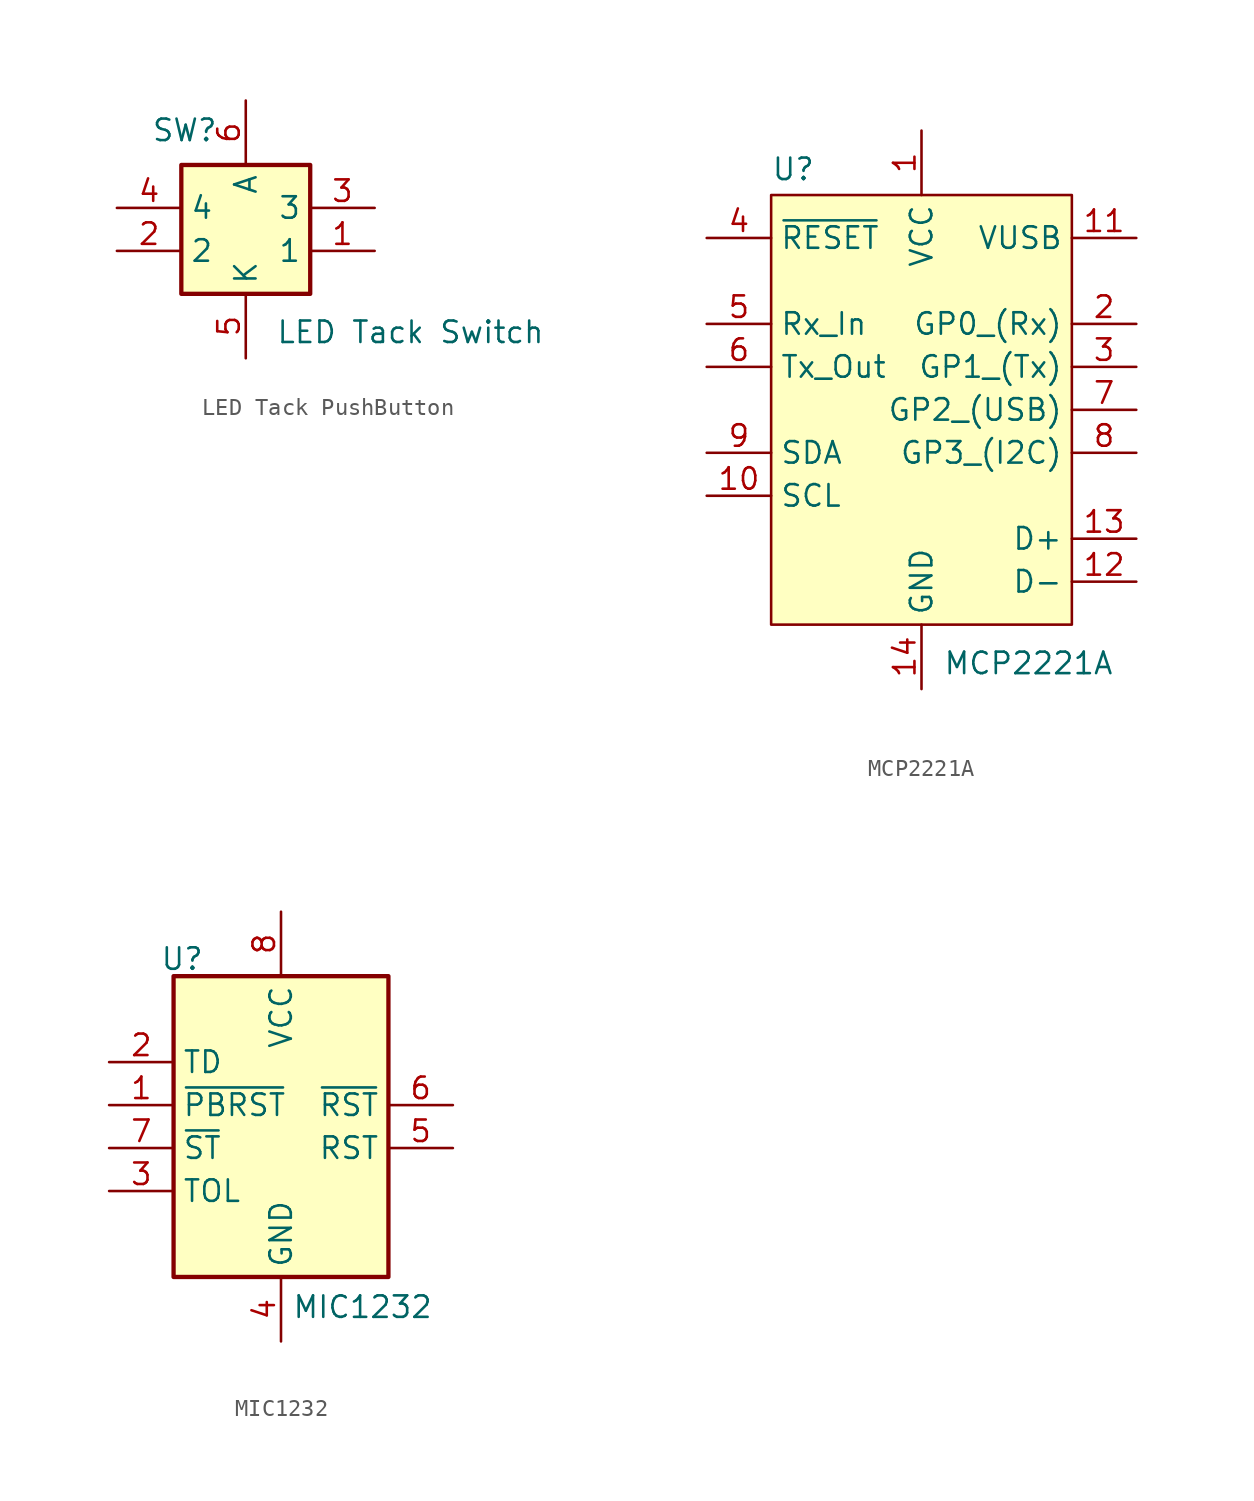
<source format=kicad_sym>
(kicad_symbol_lib
  (version 20241209)
  (generator "kicad_symbol_editor")
  (generator_version "9.0")
  (symbol "LED Tack PushButton"
    (property "Reference" "SW"
      (at 4.572 5.334 0)
      (do_not_autoplace)
      (effects (font (size 1.27 1.27)) (justify left top)))
    (property "Value" "LED Tack Switch"
      (at 11.938 -6.604 0)
      (do_not_autoplace)
      (effects (font (size 1.27 1.27)) (justify left top)))
    (symbol "LED Tack PushButton_1_1"
      (rectangle (start 6.35 2.54) (end 13.97 -5.08) (stroke (width 0.254) (type default)) (fill (type background)))
      (pin passive line (at 2.54 0 0) (length 3.81) (name "4" (effects (font (size 1.27 1.27)))) (number "4" (effects (font (size 1.27 1.27)))))
      (pin passive line (at 2.54 -2.54 0) (length 3.81) (name "2" (effects (font (size 1.27 1.27)))) (number "2" (effects (font (size 1.27 1.27)))))
      (pin passive line (at 10.16 6.35 270) (length 3.81) (name "A" (effects (font (size 1.27 1.27)))) (number "6" (effects (font (size 1.27 1.27)))))
      (pin passive line (at 10.16 -8.89 90) (length 3.81) (name "K" (effects (font (size 1.27 1.27)))) (number "5" (effects (font (size 1.27 1.27)))))
      (pin passive line (at 17.78 0 180) (length 3.81) (name "3" (effects (font (size 1.27 1.27)))) (number "3" (effects (font (size 1.27 1.27)))))
      (pin passive line (at 17.78 -2.54 180) (length 3.81) (name "1" (effects (font (size 1.27 1.27)))) (number "1" (effects (font (size 1.27 1.27)))))))
  (symbol "MCP2221A"
    (property "Reference" "U"
      (at -8.89 1.524 0)
      (do_not_autoplace)
      (effects (font (size 1.27 1.27)) (justify left)))
    (property "Value" "MCP2221A"
      (at 1.27 -27.686 0)
      (do_not_autoplace)
      (effects (font (size 1.27 1.27)) (justify left)))
    (symbol "MCP2221A_0_1"
      (rectangle (start -8.89 0) (end 8.89 -25.4) (stroke (width 0.152) (type default)) (fill (type background))))
    (symbol "MCP2221A_1_1"
      (pin input line (at -12.7 -2.54 0) (length 3.81) (name "~{RESET}" (effects (font (size 1.27 1.27)))) (number "4" (effects (font (size 1.27 1.27)))))
      (pin input line (at -12.7 -7.62 0) (length 3.81) (name "Rx_In" (effects (font (size 1.27 1.27)))) (number "5" (effects (font (size 1.27 1.27)))))
      (pin output line (at -12.7 -10.16 0) (length 3.81) (name "Tx_Out" (effects (font (size 1.27 1.27)))) (number "6" (effects (font (size 1.27 1.27)))))
      (pin bidirectional line (at -12.7 -15.24 0) (length 3.81) (name "SDA" (effects (font (size 1.27 1.27)))) (number "9" (effects (font (size 1.27 1.27)))))
      (pin bidirectional line (at -12.7 -17.78 0) (length 3.81) (name "SCL" (effects (font (size 1.27 1.27)))) (number "10" (effects (font (size 1.27 1.27)))))
      (pin power_in line (at 0 3.81 270) (length 3.81) (name "VCC" (effects (font (size 1.27 1.27)))) (number "1" (effects (font (size 1.27 1.27)))))
      (pin power_in line (at 0 -29.21 90) (length 3.81) (name "GND" (effects (font (size 1.27 1.27)))) (number "14" (effects (font (size 1.27 1.27)))))
      (pin power_out line (at 12.7 -2.54 180) (length 3.81) (name "VUSB" (effects (font (size 1.27 1.27)))) (number "11" (effects (font (size 1.27 1.27)))))
      (pin bidirectional line (at 12.7 -7.62 180) (length 3.81) (name "GP0_(Rx)" (effects (font (size 1.27 1.27)))) (number "2" (effects (font (size 1.27 1.27)))))
      (pin bidirectional line (at 12.7 -10.16 180) (length 3.81) (name "GP1_(Tx)" (effects (font (size 1.27 1.27)))) (number "3" (effects (font (size 1.27 1.27)))))
      (pin bidirectional line (at 12.7 -12.7 180) (length 3.81) (name "GP2_(USB)" (effects (font (size 1.27 1.27)))) (number "7" (effects (font (size 1.27 1.27)))))
      (pin bidirectional line (at 12.7 -15.24 180) (length 3.81) (name "GP3_(I2C)" (effects (font (size 1.27 1.27)))) (number "8" (effects (font (size 1.27 1.27)))))
      (pin bidirectional line (at 12.7 -20.32 180) (length 3.81) (name "D+" (effects (font (size 1.27 1.27)))) (number "13" (effects (font (size 1.27 1.27)))))
      (pin bidirectional line (at 12.7 -22.86 180) (length 3.81) (name "D-" (effects (font (size 1.27 1.27)))) (number "12" (effects (font (size 1.27 1.27)))))))
  (symbol "MIC1232"
    (property "Reference" "U"
      (at -5.842 1.016 0)
      (do_not_autoplace)
      (effects (font (size 1.27 1.27))))
    (property "Value" "MIC1232"
      (at 4.826 -19.558 0)
      (do_not_autoplace)
      (effects (font (size 1.27 1.27))))
    (symbol "MIC1232_1_1"
      (rectangle (start -6.35 0) (end 6.35 -17.78) (stroke (width 0.254) (type solid)) (fill (type background)))
      (pin input line (at -10.16 -5.08 0) (length 3.81) (name "TD" (effects (font (size 1.27 1.27)))) (number "2" (effects (font (size 1.27 1.27)))))
      (pin input line (at -10.16 -7.62 0) (length 3.81) (name "~{PBRST}" (effects (font (size 1.27 1.27)))) (number "1" (effects (font (size 1.27 1.27)))))
      (pin input line (at -10.16 -10.16 0) (length 3.81) (name "~{ST}" (effects (font (size 1.27 1.27)))) (number "7" (effects (font (size 1.27 1.27)))))
      (pin input line (at -10.16 -12.7 0) (length 3.81) (name "TOL" (effects (font (size 1.27 1.27)))) (number "3" (effects (font (size 1.27 1.27)))))
      (pin power_in line (at 0 3.81 270) (length 3.81) (name "VCC" (effects (font (size 1.27 1.27)))) (number "8" (effects (font (size 1.27 1.27)))))
      (pin power_in line (at 0 -21.59 90) (length 3.81) (name "GND" (effects (font (size 1.27 1.27)))) (number "4" (effects (font (size 1.27 1.27)))))
      (pin output line (at 10.16 -7.62 180) (length 3.81) (name "~{RST}" (effects (font (size 1.27 1.27)))) (number "6" (effects (font (size 1.27 1.27)))))
      (pin output line (at 10.16 -10.16 180) (length 3.81) (name "RST" (effects (font (size 1.27 1.27)))) (number "5" (effects (font (size 1.27 1.27))))))))
</source>
